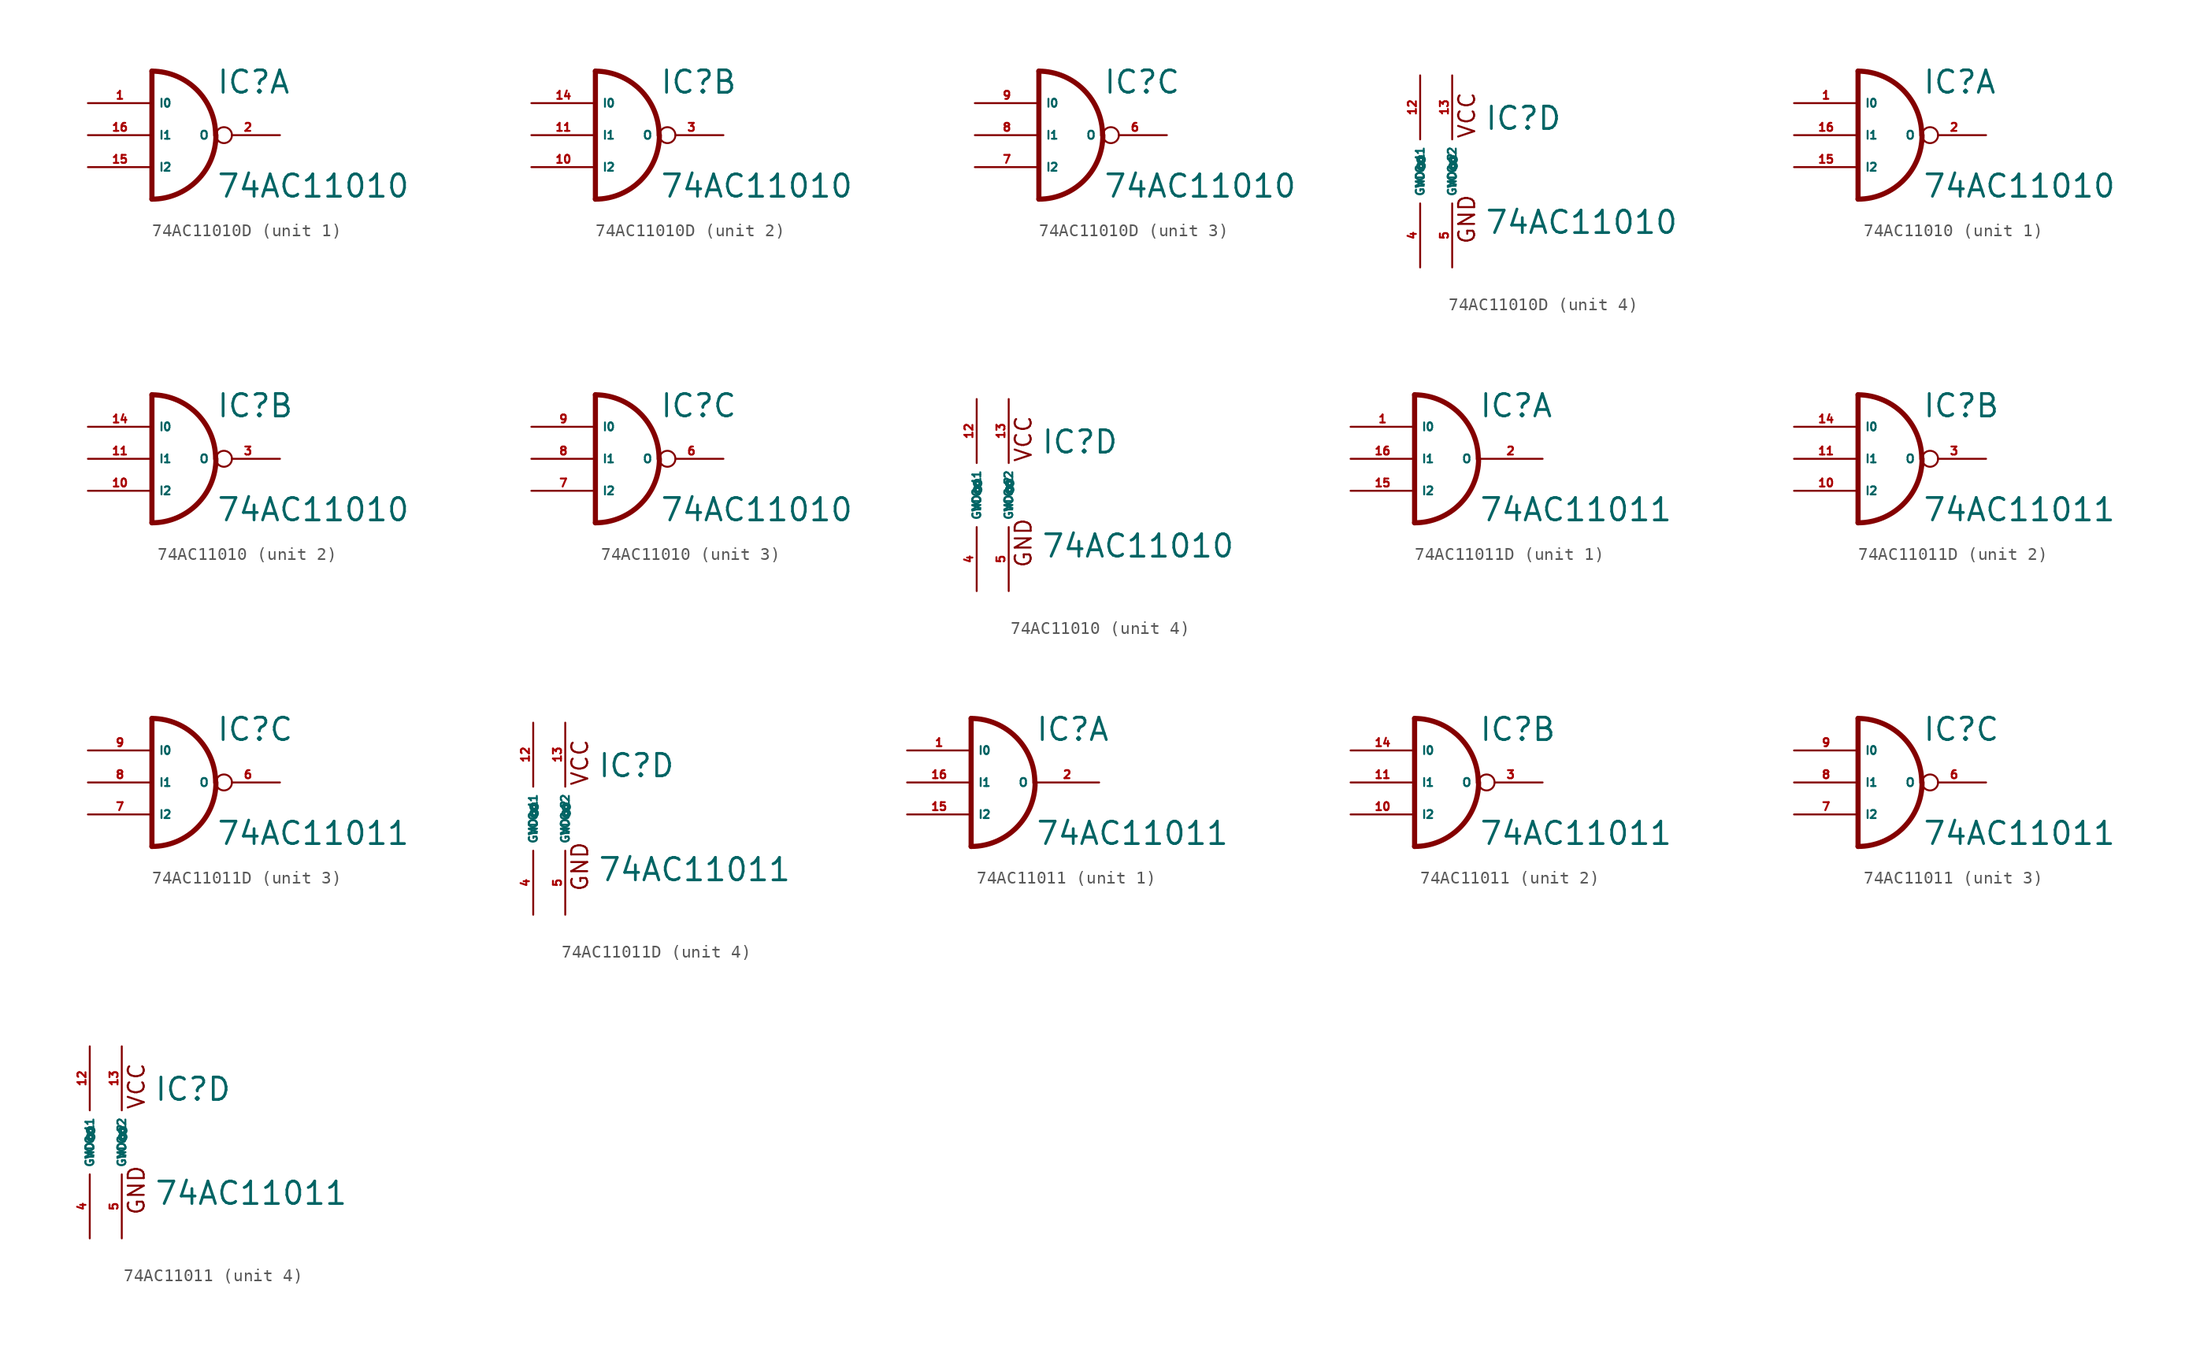
<source format=kicad_sym>
(kicad_symbol_lib
  (version 20220914)
  (generator Eagle2Kicad)
  (symbol "74AC11010D"
    (property "Reference" "IC"
      (at 2.54 3.175 0)
      (effects (font (size 1.778 1.778) (thickness 0.22)) (justify left bottom)))
    (property "Value" "74AC11010"
      (at 2.54 -5.08 0)
      (effects (font (size 1.778 1.778) (thickness 0.22)) (justify left bottom)))
    (symbol "74AC11010D_1_0"
      (polyline (pts (xy -2.54 5.08) (xy -2.54 -5.08)) (stroke (width 0.406) (type default)) (fill (type none)))
      (arc (start 2.5147 0) (mid 1.036 3.583) (end -2.54 5.08) (stroke (width 0.4064) (type default)) (fill (type none)))
      (arc (start -2.54 -5.08) (mid 1.052 -3.592) (end 2.54 0) (stroke (width 0.4064) (type default)) (fill (type none)))
      (pin input line (at -7.62 2.54 0) (length 5.08) (name "I0" (effects (font (size 0.635 0.635) (thickness 0.08)) (justify left bottom))) (number "1" (effects (font (size 0.635 0.635) (thickness 0.08)) (justify left bottom))))
      (pin output inverted (at 7.62 0 180) (length 5.08) (name "O" (effects (font (size 0.635 0.635) (thickness 0.08)) (justify left bottom))) (number "2" (effects (font (size 0.635 0.635) (thickness 0.08)) (justify left bottom))))
      (pin input line (at -7.62 -2.54 0) (length 5.08) (name "I2" (effects (font (size 0.635 0.635) (thickness 0.08)) (justify left bottom))) (number "15" (effects (font (size 0.635 0.635) (thickness 0.08)) (justify left bottom))))
      (pin input line (at -7.62 0 0) (length 5.08) (name "I1" (effects (font (size 0.635 0.635) (thickness 0.08)) (justify left bottom))) (number "16" (effects (font (size 0.635 0.635) (thickness 0.08)) (justify left bottom)))))
    (symbol "74AC11010D_2_0"
      (polyline (pts (xy -2.54 5.08) (xy -2.54 -5.08)) (stroke (width 0.406) (type default)) (fill (type none)))
      (arc (start 2.5147 0) (mid 1.036 3.583) (end -2.54 5.08) (stroke (width 0.4064) (type default)) (fill (type none)))
      (arc (start -2.54 -5.08) (mid 1.052 -3.592) (end 2.54 0) (stroke (width 0.4064) (type default)) (fill (type none)))
      (pin input line (at -7.62 2.54 0) (length 5.08) (name "I0" (effects (font (size 0.635 0.635) (thickness 0.08)) (justify left bottom))) (number "14" (effects (font (size 0.635 0.635) (thickness 0.08)) (justify left bottom))))
      (pin output inverted (at 7.62 0 180) (length 5.08) (name "O" (effects (font (size 0.635 0.635) (thickness 0.08)) (justify left bottom))) (number "3" (effects (font (size 0.635 0.635) (thickness 0.08)) (justify left bottom))))
      (pin input line (at -7.62 -2.54 0) (length 5.08) (name "I2" (effects (font (size 0.635 0.635) (thickness 0.08)) (justify left bottom))) (number "10" (effects (font (size 0.635 0.635) (thickness 0.08)) (justify left bottom))))
      (pin input line (at -7.62 0 0) (length 5.08) (name "I1" (effects (font (size 0.635 0.635) (thickness 0.08)) (justify left bottom))) (number "11" (effects (font (size 0.635 0.635) (thickness 0.08)) (justify left bottom)))))
    (symbol "74AC11010D_3_0"
      (polyline (pts (xy -2.54 5.08) (xy -2.54 -5.08)) (stroke (width 0.406) (type default)) (fill (type none)))
      (arc (start 2.5147 0) (mid 1.036 3.583) (end -2.54 5.08) (stroke (width 0.4064) (type default)) (fill (type none)))
      (arc (start -2.54 -5.08) (mid 1.052 -3.592) (end 2.54 0) (stroke (width 0.4064) (type default)) (fill (type none)))
      (pin input line (at -7.62 2.54 0) (length 5.08) (name "I0" (effects (font (size 0.635 0.635) (thickness 0.08)) (justify left bottom))) (number "9" (effects (font (size 0.635 0.635) (thickness 0.08)) (justify left bottom))))
      (pin output inverted (at 7.62 0 180) (length 5.08) (name "O" (effects (font (size 0.635 0.635) (thickness 0.08)) (justify left bottom))) (number "6" (effects (font (size 0.635 0.635) (thickness 0.08)) (justify left bottom))))
      (pin input line (at -7.62 -2.54 0) (length 5.08) (name "I2" (effects (font (size 0.635 0.635) (thickness 0.08)) (justify left bottom))) (number "7" (effects (font (size 0.635 0.635) (thickness 0.08)) (justify left bottom))))
      (pin input line (at -7.62 0 0) (length 5.08) (name "I1" (effects (font (size 0.635 0.635) (thickness 0.08)) (justify left bottom))) (number "8" (effects (font (size 0.635 0.635) (thickness 0.08)) (justify left bottom)))))
    (symbol "74AC11010D_4_0"
      (text "VCC" (at 1.905 2.54 900) (effects (font (size 1.27 1.27) (thickness 0.16)) (justify left bottom)))
      (text "GND" (at 1.905 -5.842 900) (effects (font (size 1.27 1.27) (thickness 0.16)) (justify left bottom)))
      (pin unspecified line (at -2.54 -7.62 90) (length 5.08) (name "GND@1" (effects (font (size 0.635 0.635) (thickness 0.08)) (justify left bottom))) (number "4" (effects (font (size 0.635 0.635) (thickness 0.08)) (justify left bottom))))
      (pin unspecified line (at 0 -7.62 90) (length 5.08) (name "GND@2" (effects (font (size 0.635 0.635) (thickness 0.08)) (justify left bottom))) (number "5" (effects (font (size 0.635 0.635) (thickness 0.08)) (justify left bottom))))
      (pin unspecified line (at -2.54 7.62 270) (length 5.08) (name "VCC@1" (effects (font (size 0.635 0.635) (thickness 0.08)) (justify left bottom))) (number "12" (effects (font (size 0.635 0.635) (thickness 0.08)) (justify left bottom))))
      (pin unspecified line (at 0 7.62 270) (length 5.08) (name "VCC@2" (effects (font (size 0.635 0.635) (thickness 0.08)) (justify left bottom))) (number "13" (effects (font (size 0.635 0.635) (thickness 0.08)) (justify left bottom))))))
  (symbol "74AC11010"
    (property "Reference" "IC"
      (at 2.54 3.175 0)
      (effects (font (size 1.778 1.778) (thickness 0.22)) (justify left bottom)))
    (property "Value" "74AC11010"
      (at 2.54 -5.08 0)
      (effects (font (size 1.778 1.778) (thickness 0.22)) (justify left bottom)))
    (symbol "74AC11010_1_0"
      (polyline (pts (xy -2.54 5.08) (xy -2.54 -5.08)) (stroke (width 0.406) (type default)) (fill (type none)))
      (arc (start 2.5147 0) (mid 1.036 3.583) (end -2.54 5.08) (stroke (width 0.4064) (type default)) (fill (type none)))
      (arc (start -2.54 -5.08) (mid 1.052 -3.592) (end 2.54 0) (stroke (width 0.4064) (type default)) (fill (type none)))
      (pin input line (at -7.62 2.54 0) (length 5.08) (name "I0" (effects (font (size 0.635 0.635) (thickness 0.08)) (justify left bottom))) (number "1" (effects (font (size 0.635 0.635) (thickness 0.08)) (justify left bottom))))
      (pin output inverted (at 7.62 0 180) (length 5.08) (name "O" (effects (font (size 0.635 0.635) (thickness 0.08)) (justify left bottom))) (number "2" (effects (font (size 0.635 0.635) (thickness 0.08)) (justify left bottom))))
      (pin input line (at -7.62 -2.54 0) (length 5.08) (name "I2" (effects (font (size 0.635 0.635) (thickness 0.08)) (justify left bottom))) (number "15" (effects (font (size 0.635 0.635) (thickness 0.08)) (justify left bottom))))
      (pin input line (at -7.62 0 0) (length 5.08) (name "I1" (effects (font (size 0.635 0.635) (thickness 0.08)) (justify left bottom))) (number "16" (effects (font (size 0.635 0.635) (thickness 0.08)) (justify left bottom)))))
    (symbol "74AC11010_2_0"
      (polyline (pts (xy -2.54 5.08) (xy -2.54 -5.08)) (stroke (width 0.406) (type default)) (fill (type none)))
      (arc (start 2.5147 0) (mid 1.036 3.583) (end -2.54 5.08) (stroke (width 0.4064) (type default)) (fill (type none)))
      (arc (start -2.54 -5.08) (mid 1.052 -3.592) (end 2.54 0) (stroke (width 0.4064) (type default)) (fill (type none)))
      (pin input line (at -7.62 2.54 0) (length 5.08) (name "I0" (effects (font (size 0.635 0.635) (thickness 0.08)) (justify left bottom))) (number "14" (effects (font (size 0.635 0.635) (thickness 0.08)) (justify left bottom))))
      (pin output inverted (at 7.62 0 180) (length 5.08) (name "O" (effects (font (size 0.635 0.635) (thickness 0.08)) (justify left bottom))) (number "3" (effects (font (size 0.635 0.635) (thickness 0.08)) (justify left bottom))))
      (pin input line (at -7.62 -2.54 0) (length 5.08) (name "I2" (effects (font (size 0.635 0.635) (thickness 0.08)) (justify left bottom))) (number "10" (effects (font (size 0.635 0.635) (thickness 0.08)) (justify left bottom))))
      (pin input line (at -7.62 0 0) (length 5.08) (name "I1" (effects (font (size 0.635 0.635) (thickness 0.08)) (justify left bottom))) (number "11" (effects (font (size 0.635 0.635) (thickness 0.08)) (justify left bottom)))))
    (symbol "74AC11010_3_0"
      (polyline (pts (xy -2.54 5.08) (xy -2.54 -5.08)) (stroke (width 0.406) (type default)) (fill (type none)))
      (arc (start 2.5147 0) (mid 1.036 3.583) (end -2.54 5.08) (stroke (width 0.4064) (type default)) (fill (type none)))
      (arc (start -2.54 -5.08) (mid 1.052 -3.592) (end 2.54 0) (stroke (width 0.4064) (type default)) (fill (type none)))
      (pin input line (at -7.62 2.54 0) (length 5.08) (name "I0" (effects (font (size 0.635 0.635) (thickness 0.08)) (justify left bottom))) (number "9" (effects (font (size 0.635 0.635) (thickness 0.08)) (justify left bottom))))
      (pin output inverted (at 7.62 0 180) (length 5.08) (name "O" (effects (font (size 0.635 0.635) (thickness 0.08)) (justify left bottom))) (number "6" (effects (font (size 0.635 0.635) (thickness 0.08)) (justify left bottom))))
      (pin input line (at -7.62 -2.54 0) (length 5.08) (name "I2" (effects (font (size 0.635 0.635) (thickness 0.08)) (justify left bottom))) (number "7" (effects (font (size 0.635 0.635) (thickness 0.08)) (justify left bottom))))
      (pin input line (at -7.62 0 0) (length 5.08) (name "I1" (effects (font (size 0.635 0.635) (thickness 0.08)) (justify left bottom))) (number "8" (effects (font (size 0.635 0.635) (thickness 0.08)) (justify left bottom)))))
    (symbol "74AC11010_4_0"
      (text "VCC" (at 1.905 2.54 900) (effects (font (size 1.27 1.27) (thickness 0.16)) (justify left bottom)))
      (text "GND" (at 1.905 -5.842 900) (effects (font (size 1.27 1.27) (thickness 0.16)) (justify left bottom)))
      (pin unspecified line (at -2.54 -7.62 90) (length 5.08) (name "GND@1" (effects (font (size 0.635 0.635) (thickness 0.08)) (justify left bottom))) (number "4" (effects (font (size 0.635 0.635) (thickness 0.08)) (justify left bottom))))
      (pin unspecified line (at 0 -7.62 90) (length 5.08) (name "GND@2" (effects (font (size 0.635 0.635) (thickness 0.08)) (justify left bottom))) (number "5" (effects (font (size 0.635 0.635) (thickness 0.08)) (justify left bottom))))
      (pin unspecified line (at -2.54 7.62 270) (length 5.08) (name "VCC@1" (effects (font (size 0.635 0.635) (thickness 0.08)) (justify left bottom))) (number "12" (effects (font (size 0.635 0.635) (thickness 0.08)) (justify left bottom))))
      (pin unspecified line (at 0 7.62 270) (length 5.08) (name "VCC@2" (effects (font (size 0.635 0.635) (thickness 0.08)) (justify left bottom))) (number "13" (effects (font (size 0.635 0.635) (thickness 0.08)) (justify left bottom))))))
  (symbol "74AC11011D"
    (property "Reference" "IC"
      (at 2.54 3.175 0)
      (effects (font (size 1.778 1.778) (thickness 0.22)) (justify left bottom)))
    (property "Value" "74AC11011"
      (at 2.54 -5.08 0)
      (effects (font (size 1.778 1.778) (thickness 0.22)) (justify left bottom)))
    (symbol "74AC11011D_1_0"
      (polyline (pts (xy -2.54 5.08) (xy -2.54 -5.08)) (stroke (width 0.406) (type default)) (fill (type none)))
      (arc (start 2.5147 0) (mid 1.036 3.583) (end -2.54 5.08) (stroke (width 0.4064) (type default)) (fill (type none)))
      (arc (start -2.54 -5.08) (mid 1.052 -3.592) (end 2.54 0) (stroke (width 0.4064) (type default)) (fill (type none)))
      (pin input line (at -7.62 2.54 0) (length 5.08) (name "I0" (effects (font (size 0.635 0.635) (thickness 0.08)) (justify left bottom))) (number "1" (effects (font (size 0.635 0.635) (thickness 0.08)) (justify left bottom))))
      (pin output line (at 7.62 0 180) (length 5.08) (name "O" (effects (font (size 0.635 0.635) (thickness 0.08)) (justify left bottom))) (number "2" (effects (font (size 0.635 0.635) (thickness 0.08)) (justify left bottom))))
      (pin input line (at -7.62 -2.54 0) (length 5.08) (name "I2" (effects (font (size 0.635 0.635) (thickness 0.08)) (justify left bottom))) (number "15" (effects (font (size 0.635 0.635) (thickness 0.08)) (justify left bottom))))
      (pin input line (at -7.62 0 0) (length 5.08) (name "I1" (effects (font (size 0.635 0.635) (thickness 0.08)) (justify left bottom))) (number "16" (effects (font (size 0.635 0.635) (thickness 0.08)) (justify left bottom)))))
    (symbol "74AC11011D_2_0"
      (polyline (pts (xy -2.54 5.08) (xy -2.54 -5.08)) (stroke (width 0.406) (type default)) (fill (type none)))
      (arc (start 2.5147 0) (mid 1.036 3.583) (end -2.54 5.08) (stroke (width 0.4064) (type default)) (fill (type none)))
      (arc (start -2.54 -5.08) (mid 1.052 -3.592) (end 2.54 0) (stroke (width 0.4064) (type default)) (fill (type none)))
      (pin input line (at -7.62 2.54 0) (length 5.08) (name "I0" (effects (font (size 0.635 0.635) (thickness 0.08)) (justify left bottom))) (number "14" (effects (font (size 0.635 0.635) (thickness 0.08)) (justify left bottom))))
      (pin output inverted (at 7.62 0 180) (length 5.08) (name "O" (effects (font (size 0.635 0.635) (thickness 0.08)) (justify left bottom))) (number "3" (effects (font (size 0.635 0.635) (thickness 0.08)) (justify left bottom))))
      (pin input line (at -7.62 -2.54 0) (length 5.08) (name "I2" (effects (font (size 0.635 0.635) (thickness 0.08)) (justify left bottom))) (number "10" (effects (font (size 0.635 0.635) (thickness 0.08)) (justify left bottom))))
      (pin input line (at -7.62 0 0) (length 5.08) (name "I1" (effects (font (size 0.635 0.635) (thickness 0.08)) (justify left bottom))) (number "11" (effects (font (size 0.635 0.635) (thickness 0.08)) (justify left bottom)))))
    (symbol "74AC11011D_3_0"
      (polyline (pts (xy -2.54 5.08) (xy -2.54 -5.08)) (stroke (width 0.406) (type default)) (fill (type none)))
      (arc (start 2.5147 0) (mid 1.036 3.583) (end -2.54 5.08) (stroke (width 0.4064) (type default)) (fill (type none)))
      (arc (start -2.54 -5.08) (mid 1.052 -3.592) (end 2.54 0) (stroke (width 0.4064) (type default)) (fill (type none)))
      (pin input line (at -7.62 2.54 0) (length 5.08) (name "I0" (effects (font (size 0.635 0.635) (thickness 0.08)) (justify left bottom))) (number "9" (effects (font (size 0.635 0.635) (thickness 0.08)) (justify left bottom))))
      (pin output inverted (at 7.62 0 180) (length 5.08) (name "O" (effects (font (size 0.635 0.635) (thickness 0.08)) (justify left bottom))) (number "6" (effects (font (size 0.635 0.635) (thickness 0.08)) (justify left bottom))))
      (pin input line (at -7.62 -2.54 0) (length 5.08) (name "I2" (effects (font (size 0.635 0.635) (thickness 0.08)) (justify left bottom))) (number "7" (effects (font (size 0.635 0.635) (thickness 0.08)) (justify left bottom))))
      (pin input line (at -7.62 0 0) (length 5.08) (name "I1" (effects (font (size 0.635 0.635) (thickness 0.08)) (justify left bottom))) (number "8" (effects (font (size 0.635 0.635) (thickness 0.08)) (justify left bottom)))))
    (symbol "74AC11011D_4_0"
      (text "VCC" (at 1.905 2.54 900) (effects (font (size 1.27 1.27) (thickness 0.16)) (justify left bottom)))
      (text "GND" (at 1.905 -5.842 900) (effects (font (size 1.27 1.27) (thickness 0.16)) (justify left bottom)))
      (pin unspecified line (at -2.54 -7.62 90) (length 5.08) (name "GND@1" (effects (font (size 0.635 0.635) (thickness 0.08)) (justify left bottom))) (number "4" (effects (font (size 0.635 0.635) (thickness 0.08)) (justify left bottom))))
      (pin unspecified line (at 0 -7.62 90) (length 5.08) (name "GND@2" (effects (font (size 0.635 0.635) (thickness 0.08)) (justify left bottom))) (number "5" (effects (font (size 0.635 0.635) (thickness 0.08)) (justify left bottom))))
      (pin unspecified line (at -2.54 7.62 270) (length 5.08) (name "VCC@1" (effects (font (size 0.635 0.635) (thickness 0.08)) (justify left bottom))) (number "12" (effects (font (size 0.635 0.635) (thickness 0.08)) (justify left bottom))))
      (pin unspecified line (at 0 7.62 270) (length 5.08) (name "VCC@2" (effects (font (size 0.635 0.635) (thickness 0.08)) (justify left bottom))) (number "13" (effects (font (size 0.635 0.635) (thickness 0.08)) (justify left bottom))))))
  (symbol "74AC11011"
    (property "Reference" "IC"
      (at 2.54 3.175 0)
      (effects (font (size 1.778 1.778) (thickness 0.22)) (justify left bottom)))
    (property "Value" "74AC11011"
      (at 2.54 -5.08 0)
      (effects (font (size 1.778 1.778) (thickness 0.22)) (justify left bottom)))
    (symbol "74AC11011_1_0"
      (polyline (pts (xy -2.54 5.08) (xy -2.54 -5.08)) (stroke (width 0.406) (type default)) (fill (type none)))
      (arc (start 2.5147 0) (mid 1.036 3.583) (end -2.54 5.08) (stroke (width 0.4064) (type default)) (fill (type none)))
      (arc (start -2.54 -5.08) (mid 1.052 -3.592) (end 2.54 0) (stroke (width 0.4064) (type default)) (fill (type none)))
      (pin input line (at -7.62 2.54 0) (length 5.08) (name "I0" (effects (font (size 0.635 0.635) (thickness 0.08)) (justify left bottom))) (number "1" (effects (font (size 0.635 0.635) (thickness 0.08)) (justify left bottom))))
      (pin output line (at 7.62 0 180) (length 5.08) (name "O" (effects (font (size 0.635 0.635) (thickness 0.08)) (justify left bottom))) (number "2" (effects (font (size 0.635 0.635) (thickness 0.08)) (justify left bottom))))
      (pin input line (at -7.62 -2.54 0) (length 5.08) (name "I2" (effects (font (size 0.635 0.635) (thickness 0.08)) (justify left bottom))) (number "15" (effects (font (size 0.635 0.635) (thickness 0.08)) (justify left bottom))))
      (pin input line (at -7.62 0 0) (length 5.08) (name "I1" (effects (font (size 0.635 0.635) (thickness 0.08)) (justify left bottom))) (number "16" (effects (font (size 0.635 0.635) (thickness 0.08)) (justify left bottom)))))
    (symbol "74AC11011_2_0"
      (polyline (pts (xy -2.54 5.08) (xy -2.54 -5.08)) (stroke (width 0.406) (type default)) (fill (type none)))
      (arc (start 2.5147 0) (mid 1.036 3.583) (end -2.54 5.08) (stroke (width 0.4064) (type default)) (fill (type none)))
      (arc (start -2.54 -5.08) (mid 1.052 -3.592) (end 2.54 0) (stroke (width 0.4064) (type default)) (fill (type none)))
      (pin input line (at -7.62 2.54 0) (length 5.08) (name "I0" (effects (font (size 0.635 0.635) (thickness 0.08)) (justify left bottom))) (number "14" (effects (font (size 0.635 0.635) (thickness 0.08)) (justify left bottom))))
      (pin output inverted (at 7.62 0 180) (length 5.08) (name "O" (effects (font (size 0.635 0.635) (thickness 0.08)) (justify left bottom))) (number "3" (effects (font (size 0.635 0.635) (thickness 0.08)) (justify left bottom))))
      (pin input line (at -7.62 -2.54 0) (length 5.08) (name "I2" (effects (font (size 0.635 0.635) (thickness 0.08)) (justify left bottom))) (number "10" (effects (font (size 0.635 0.635) (thickness 0.08)) (justify left bottom))))
      (pin input line (at -7.62 0 0) (length 5.08) (name "I1" (effects (font (size 0.635 0.635) (thickness 0.08)) (justify left bottom))) (number "11" (effects (font (size 0.635 0.635) (thickness 0.08)) (justify left bottom)))))
    (symbol "74AC11011_3_0"
      (polyline (pts (xy -2.54 5.08) (xy -2.54 -5.08)) (stroke (width 0.406) (type default)) (fill (type none)))
      (arc (start 2.5147 0) (mid 1.036 3.583) (end -2.54 5.08) (stroke (width 0.4064) (type default)) (fill (type none)))
      (arc (start -2.54 -5.08) (mid 1.052 -3.592) (end 2.54 0) (stroke (width 0.4064) (type default)) (fill (type none)))
      (pin input line (at -7.62 2.54 0) (length 5.08) (name "I0" (effects (font (size 0.635 0.635) (thickness 0.08)) (justify left bottom))) (number "9" (effects (font (size 0.635 0.635) (thickness 0.08)) (justify left bottom))))
      (pin output inverted (at 7.62 0 180) (length 5.08) (name "O" (effects (font (size 0.635 0.635) (thickness 0.08)) (justify left bottom))) (number "6" (effects (font (size 0.635 0.635) (thickness 0.08)) (justify left bottom))))
      (pin input line (at -7.62 -2.54 0) (length 5.08) (name "I2" (effects (font (size 0.635 0.635) (thickness 0.08)) (justify left bottom))) (number "7" (effects (font (size 0.635 0.635) (thickness 0.08)) (justify left bottom))))
      (pin input line (at -7.62 0 0) (length 5.08) (name "I1" (effects (font (size 0.635 0.635) (thickness 0.08)) (justify left bottom))) (number "8" (effects (font (size 0.635 0.635) (thickness 0.08)) (justify left bottom)))))
    (symbol "74AC11011_4_0"
      (text "VCC" (at 1.905 2.54 900) (effects (font (size 1.27 1.27) (thickness 0.16)) (justify left bottom)))
      (text "GND" (at 1.905 -5.842 900) (effects (font (size 1.27 1.27) (thickness 0.16)) (justify left bottom)))
      (pin unspecified line (at -2.54 -7.62 90) (length 5.08) (name "GND@1" (effects (font (size 0.635 0.635) (thickness 0.08)) (justify left bottom))) (number "4" (effects (font (size 0.635 0.635) (thickness 0.08)) (justify left bottom))))
      (pin unspecified line (at 0 -7.62 90) (length 5.08) (name "GND@2" (effects (font (size 0.635 0.635) (thickness 0.08)) (justify left bottom))) (number "5" (effects (font (size 0.635 0.635) (thickness 0.08)) (justify left bottom))))
      (pin unspecified line (at -2.54 7.62 270) (length 5.08) (name "VCC@1" (effects (font (size 0.635 0.635) (thickness 0.08)) (justify left bottom))) (number "12" (effects (font (size 0.635 0.635) (thickness 0.08)) (justify left bottom))))
      (pin unspecified line (at 0 7.62 270) (length 5.08) (name "VCC@2" (effects (font (size 0.635 0.635) (thickness 0.08)) (justify left bottom))) (number "13" (effects (font (size 0.635 0.635) (thickness 0.08)) (justify left bottom)))))))
</source>
